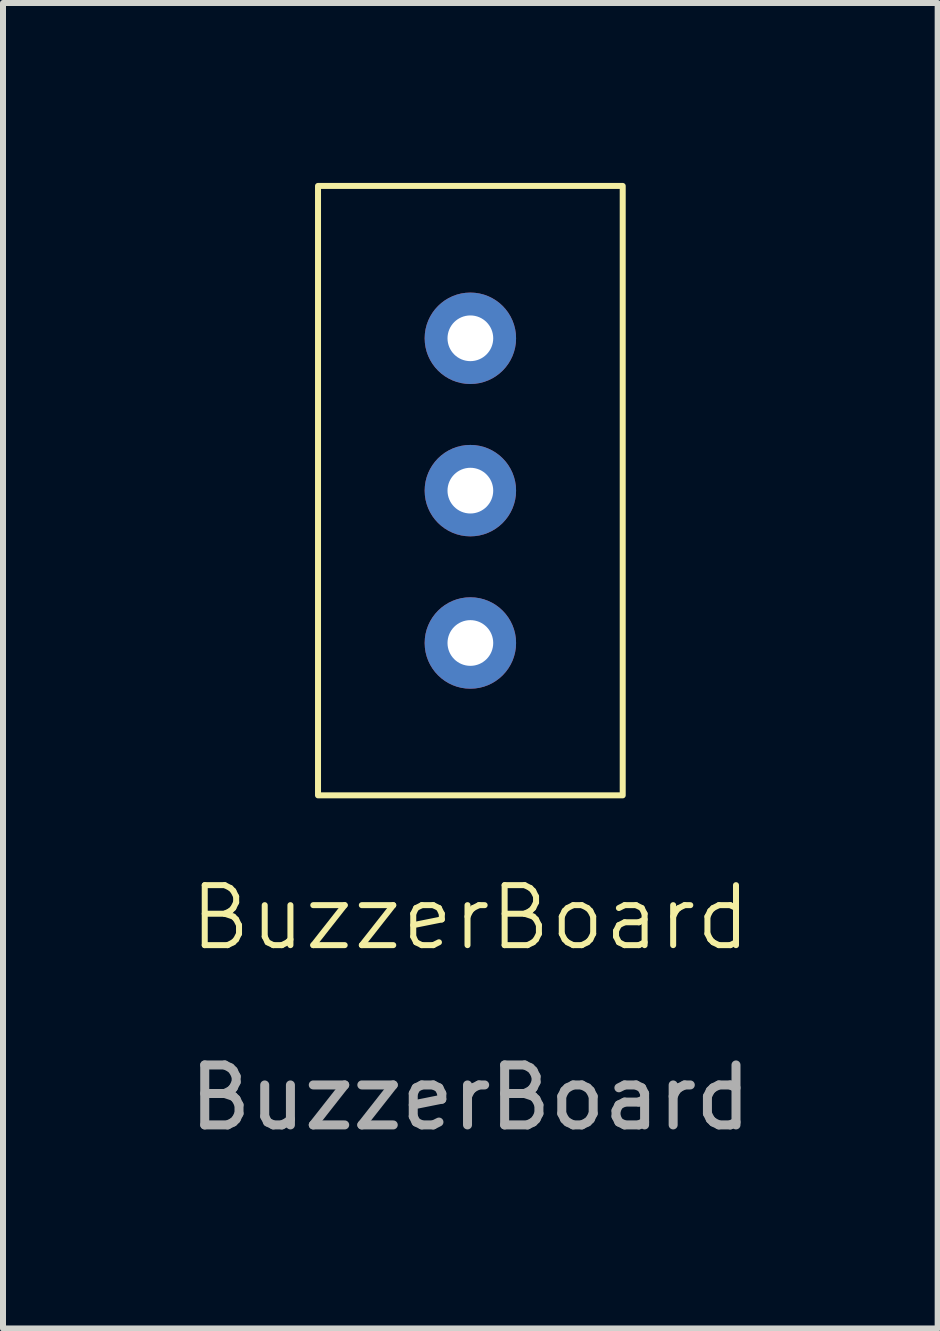
<source format=kicad_pcb>
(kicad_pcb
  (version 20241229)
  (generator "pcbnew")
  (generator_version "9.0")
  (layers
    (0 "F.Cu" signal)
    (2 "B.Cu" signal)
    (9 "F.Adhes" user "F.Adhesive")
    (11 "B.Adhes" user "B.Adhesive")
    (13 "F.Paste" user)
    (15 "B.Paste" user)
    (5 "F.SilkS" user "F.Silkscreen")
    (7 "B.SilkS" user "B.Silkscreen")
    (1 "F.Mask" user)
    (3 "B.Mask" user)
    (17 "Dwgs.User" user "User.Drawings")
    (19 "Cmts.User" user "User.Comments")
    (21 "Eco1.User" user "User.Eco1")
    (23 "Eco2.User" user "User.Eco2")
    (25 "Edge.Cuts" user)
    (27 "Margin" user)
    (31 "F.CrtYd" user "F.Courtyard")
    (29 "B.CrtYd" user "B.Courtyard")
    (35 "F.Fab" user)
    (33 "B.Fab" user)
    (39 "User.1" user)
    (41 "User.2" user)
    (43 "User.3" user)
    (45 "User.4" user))
  (footprint "BuzzerBoard"
    (layer "F.Cu")
    (at 4.792 12.75)
    (property "Reference" "BuzzerBoard" (at 0 -0.5 0) (unlocked yes) (layer "F.SilkS") (effects (font (size 1 1) (thickness 0.1))))
    (attr through_hole)
    (fp_rect (start -2.54 -12.7) (end 2.54 -2.54) (stroke (width 0.1) (type default)) (fill no) (layer "F.SilkS"))
    (fp_text user "${REFERENCE}" (at 0 2.5 0) (unlocked yes) (layer "F.Fab") (effects (font (size 1 1) (thickness 0.15))))
    (pad "GND" thru_hole circle (at 0 -5.08) (size 1.524 1.524) (drill 0.762) (layers "*.Cu" "*.Mask"))
    (pad "I/O" thru_hole circle (at 0 -7.62) (size 1.524 1.524) (drill 0.762) (layers "*.Cu" "*.Mask"))
    (pad "VCC" thru_hole circle (at 0 -10.16) (size 1.524 1.524) (drill 0.762) (layers "*.Cu" "*.Mask")))
  (gr_rect
    (start -3 -3)
    (end 12.583 19.098)
    (stroke (width 0.1) (type default))
    (fill no)
    (layer "Edge.Cuts")))
</source>
